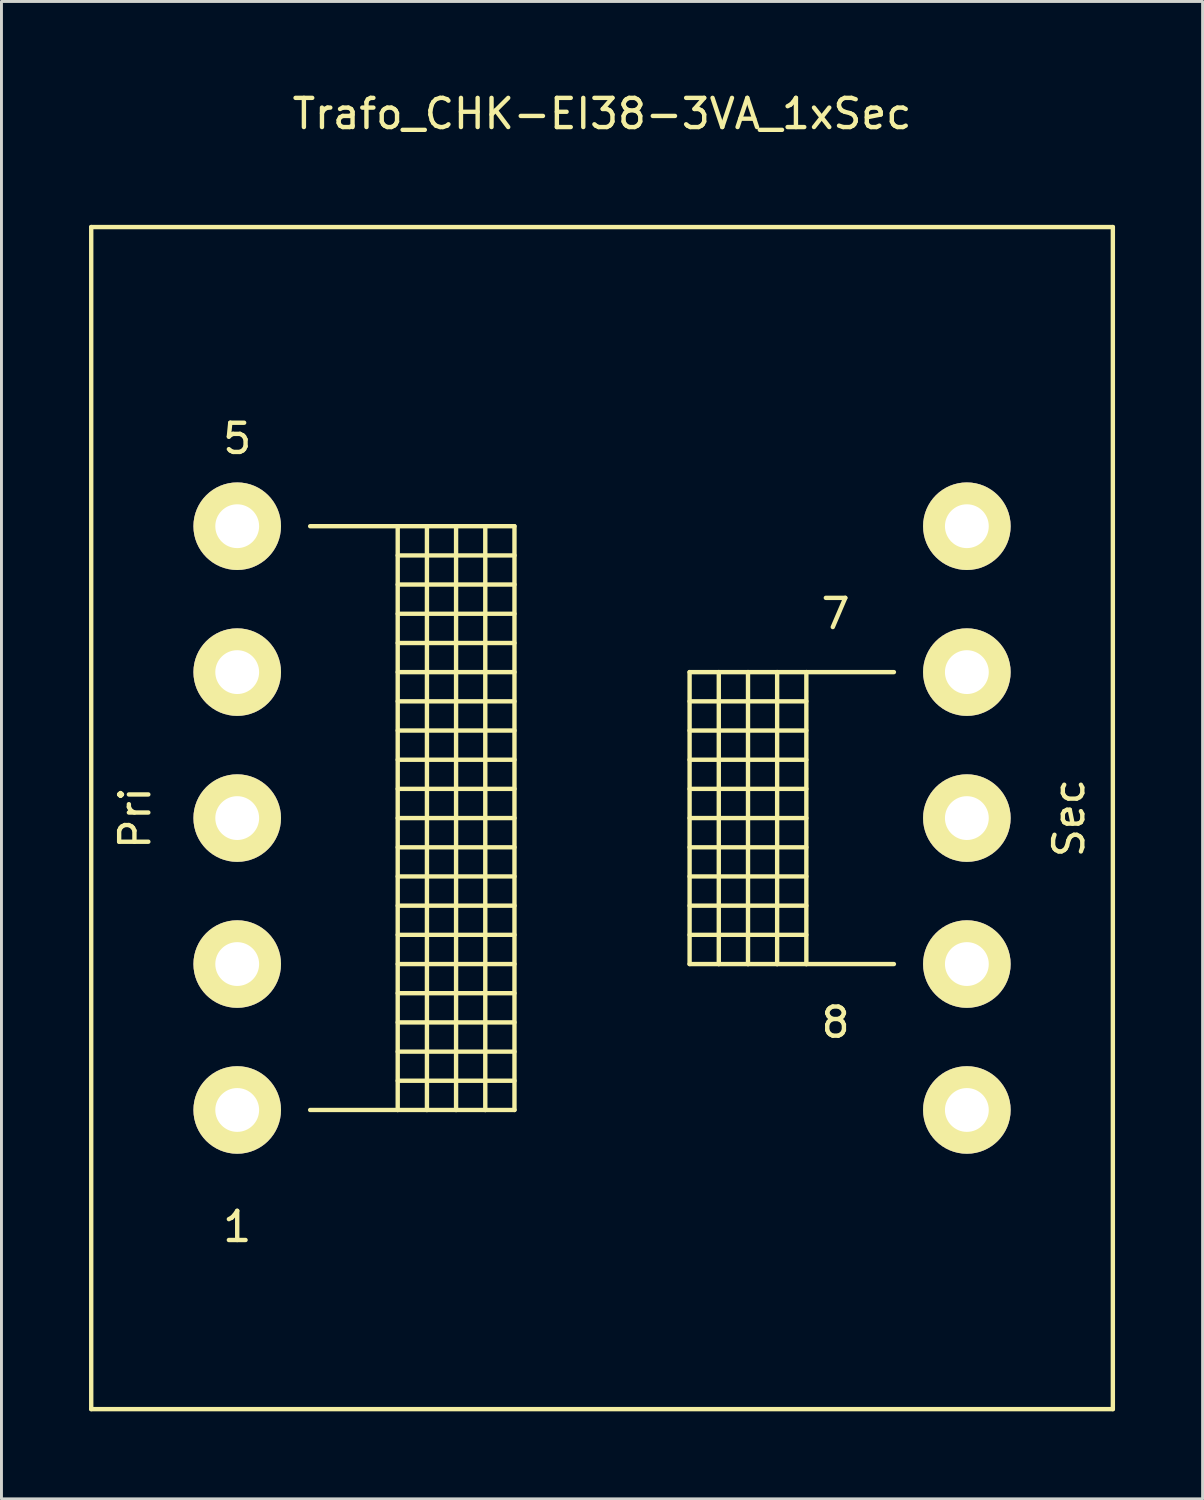
<source format=kicad_pcb>
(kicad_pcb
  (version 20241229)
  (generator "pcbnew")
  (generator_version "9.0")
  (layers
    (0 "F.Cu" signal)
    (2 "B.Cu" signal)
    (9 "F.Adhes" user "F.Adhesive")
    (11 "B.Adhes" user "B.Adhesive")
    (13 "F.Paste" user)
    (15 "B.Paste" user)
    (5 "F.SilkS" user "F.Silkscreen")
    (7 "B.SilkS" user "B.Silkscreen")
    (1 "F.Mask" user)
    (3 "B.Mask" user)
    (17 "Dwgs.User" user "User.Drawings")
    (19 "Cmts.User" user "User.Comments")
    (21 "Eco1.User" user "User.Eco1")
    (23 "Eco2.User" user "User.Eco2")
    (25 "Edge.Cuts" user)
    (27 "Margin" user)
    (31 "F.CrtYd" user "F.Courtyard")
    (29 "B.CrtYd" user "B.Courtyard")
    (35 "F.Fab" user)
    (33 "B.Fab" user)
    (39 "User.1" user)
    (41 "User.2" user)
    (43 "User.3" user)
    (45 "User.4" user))
  (footprint "Trafo_CHK-EI38-3VA_1xSec"
    (layer "F.Cu")
    (at 17.576 24.978)
    (property "Reference" "Trafo_CHK-EI38-3VA_1xSec" (at 0 -24.13 0) (layer "F.SilkS") (effects (font (size 1 1) (thickness 0.15))))
    (attr through_hole)
    (fp_line (start -17.501 -20.249) (end -17.501 20.249) (stroke (width 0.15) (type solid)) (layer "F.SilkS"))
    (fp_line (start -17.501 20.249) (end 17.501 20.249) (stroke (width 0.15) (type solid)) (layer "F.SilkS"))
    (fp_line (start -10 -10) (end -7 -10) (stroke (width 0.15) (type solid)) (layer "F.SilkS"))
    (fp_line (start -7 -10) (end -7 10) (stroke (width 0.15) (type solid)) (layer "F.SilkS"))
    (fp_line (start -7 -10) (end -5.999 -10) (stroke (width 0.15) (type solid)) (layer "F.SilkS"))
    (fp_line (start -7 -8.999) (end -3 -8.999) (stroke (width 0.15) (type solid)) (layer "F.SilkS"))
    (fp_line (start -7 -8.001) (end -3 -8.001) (stroke (width 0.15) (type solid)) (layer "F.SilkS"))
    (fp_line (start -7 -7) (end -3 -7) (stroke (width 0.15) (type solid)) (layer "F.SilkS"))
    (fp_line (start -7 -5.999) (end -3 -5.999) (stroke (width 0.15) (type solid)) (layer "F.SilkS"))
    (fp_line (start -7 -5.001) (end -3 -5.001) (stroke (width 0.15) (type solid)) (layer "F.SilkS"))
    (fp_line (start -7 -4) (end -3 -4) (stroke (width 0.15) (type solid)) (layer "F.SilkS"))
    (fp_line (start -7 -3) (end -3 -3) (stroke (width 0.15) (type solid)) (layer "F.SilkS"))
    (fp_line (start -7 -1.999) (end -3 -1.999) (stroke (width 0.15) (type solid)) (layer "F.SilkS"))
    (fp_line (start -7 -1.001) (end -3 -1.001) (stroke (width 0.15) (type solid)) (layer "F.SilkS"))
    (fp_line (start -7 0) (end -3 0) (stroke (width 0.15) (type solid)) (layer "F.SilkS"))
    (fp_line (start -7 1.001) (end -3 1.001) (stroke (width 0.15) (type solid)) (layer "F.SilkS"))
    (fp_line (start -7 1.999) (end -3 1.999) (stroke (width 0.15) (type solid)) (layer "F.SilkS"))
    (fp_line (start -7 3) (end -3 3) (stroke (width 0.15) (type solid)) (layer "F.SilkS"))
    (fp_line (start -7 4) (end -3 4) (stroke (width 0.15) (type solid)) (layer "F.SilkS"))
    (fp_line (start -7 5.001) (end -3 5.001) (stroke (width 0.15) (type solid)) (layer "F.SilkS"))
    (fp_line (start -7 5.999) (end -3 5.999) (stroke (width 0.15) (type solid)) (layer "F.SilkS"))
    (fp_line (start -7 7) (end -3 7) (stroke (width 0.15) (type solid)) (layer "F.SilkS"))
    (fp_line (start -7 8.001) (end -3 8.001) (stroke (width 0.15) (type solid)) (layer "F.SilkS"))
    (fp_line (start -7 8.999) (end -3 8.999) (stroke (width 0.15) (type solid)) (layer "F.SilkS"))
    (fp_line (start -7 10) (end -10 10) (stroke (width 0.15) (type solid)) (layer "F.SilkS"))
    (fp_line (start -5.999 -10) (end -5.999 10) (stroke (width 0.15) (type solid)) (layer "F.SilkS"))
    (fp_line (start -5.999 -10) (end -5.001 -10) (stroke (width 0.15) (type solid)) (layer "F.SilkS"))
    (fp_line (start -5.999 10) (end -7 10) (stroke (width 0.15) (type solid)) (layer "F.SilkS"))
    (fp_line (start -5.001 -10) (end -5.001 10) (stroke (width 0.15) (type solid)) (layer "F.SilkS"))
    (fp_line (start -5.001 -10) (end -4 -10) (stroke (width 0.15) (type solid)) (layer "F.SilkS"))
    (fp_line (start -5.001 10) (end -5.999 10) (stroke (width 0.15) (type solid)) (layer "F.SilkS"))
    (fp_line (start -4 -10) (end -4 10) (stroke (width 0.15) (type solid)) (layer "F.SilkS"))
    (fp_line (start -4 -10) (end -3 -10) (stroke (width 0.15) (type solid)) (layer "F.SilkS"))
    (fp_line (start -4 10) (end -5.001 10) (stroke (width 0.15) (type solid)) (layer "F.SilkS"))
    (fp_line (start -3 -10) (end -3 10) (stroke (width 0.15) (type solid)) (layer "F.SilkS"))
    (fp_line (start -3 10) (end -4 10) (stroke (width 0.15) (type solid)) (layer "F.SilkS"))
    (fp_line (start 3 -5.001) (end 3 5.001) (stroke (width 0.15) (type solid)) (layer "F.SilkS"))
    (fp_line (start 3 -4) (end 7 -4) (stroke (width 0.15) (type solid)) (layer "F.SilkS"))
    (fp_line (start 3 -1.999) (end 7 -1.999) (stroke (width 0.15) (type solid)) (layer "F.SilkS"))
    (fp_line (start 3 0) (end 7 0) (stroke (width 0.15) (type solid)) (layer "F.SilkS"))
    (fp_line (start 3 1.999) (end 7 1.999) (stroke (width 0.15) (type solid)) (layer "F.SilkS"))
    (fp_line (start 3 4) (end 7 4) (stroke (width 0.15) (type solid)) (layer "F.SilkS"))
    (fp_line (start 3 5.001) (end 4 5.001) (stroke (width 0.15) (type solid)) (layer "F.SilkS"))
    (fp_line (start 4 -5.001) (end 3 -5.001) (stroke (width 0.15) (type solid)) (layer "F.SilkS"))
    (fp_line (start 4 -5.001) (end 4 5.001) (stroke (width 0.15) (type solid)) (layer "F.SilkS"))
    (fp_line (start 4 5.001) (end 5.001 5.001) (stroke (width 0.15) (type solid)) (layer "F.SilkS"))
    (fp_line (start 5.001 -5.001) (end 4 -5.001) (stroke (width 0.15) (type solid)) (layer "F.SilkS"))
    (fp_line (start 5.001 -5.001) (end 5.001 5.001) (stroke (width 0.15) (type solid)) (layer "F.SilkS"))
    (fp_line (start 5.001 5.001) (end 5.999 5.001) (stroke (width 0.15) (type solid)) (layer "F.SilkS"))
    (fp_line (start 5.999 -5.001) (end 5.001 -5.001) (stroke (width 0.15) (type solid)) (layer "F.SilkS"))
    (fp_line (start 5.999 -5.001) (end 5.999 5.001) (stroke (width 0.15) (type solid)) (layer "F.SilkS"))
    (fp_line (start 5.999 5.001) (end 7 5.001) (stroke (width 0.15) (type solid)) (layer "F.SilkS"))
    (fp_line (start 7 -5.001) (end 5.999 -5.001) (stroke (width 0.15) (type solid)) (layer "F.SilkS"))
    (fp_line (start 7 -5.001) (end 7 5.001) (stroke (width 0.15) (type solid)) (layer "F.SilkS"))
    (fp_line (start 7 -3) (end 3 -3) (stroke (width 0.15) (type solid)) (layer "F.SilkS"))
    (fp_line (start 7 -1.001) (end 3 -1.001) (stroke (width 0.15) (type solid)) (layer "F.SilkS"))
    (fp_line (start 7 1.001) (end 3 1.001) (stroke (width 0.15) (type solid)) (layer "F.SilkS"))
    (fp_line (start 7 3) (end 3 3) (stroke (width 0.15) (type solid)) (layer "F.SilkS"))
    (fp_line (start 7 5.001) (end 10 5.001) (stroke (width 0.15) (type solid)) (layer "F.SilkS"))
    (fp_line (start 10 -5.001) (end 7 -5.001) (stroke (width 0.15) (type solid)) (layer "F.SilkS"))
    (fp_line (start 17.501 -20.249) (end -17.501 -20.249) (stroke (width 0.15) (type solid)) (layer "F.SilkS"))
    (fp_line (start 17.501 20.249) (end 17.501 -20.249) (stroke (width 0.15) (type solid)) (layer "F.SilkS"))
    (fp_text user "1" (at -12.499 14 0) (layer "F.SilkS") (effects (font (size 1 1) (thickness 0.15))))
    (fp_text user "Sec" (at 15.999 0 90) (layer "F.SilkS") (effects (font (size 1 1) (thickness 0.15))))
    (fp_text user "7" (at 8.001 -7 0) (layer "F.SilkS") (effects (font (size 1 1) (thickness 0.15))))
    (fp_text user "5" (at -12.499 -13 0) (layer "F.SilkS") (effects (font (size 1 1) (thickness 0.15))))
    (fp_text user "Pri" (at -15.999 0 90) (layer "F.SilkS") (effects (font (size 1 1) (thickness 0.15))))
    (fp_text user "8" (at 8.001 7 0) (layer "F.SilkS") (effects (font (size 1 1) (thickness 0.15))))
    (pad "1" thru_hole circle (at -12.499 10) (size 3 3) (drill 1.501) (layers "*.Cu" "*.Mask" "F.SilkS"))
    (pad "2" thru_hole circle (at -12.499 5.001) (size 3 3) (drill 1.501) (layers "*.Cu" "*.Mask" "F.SilkS"))
    (pad "3" thru_hole circle (at -12.499 0) (size 3 3) (drill 1.501) (layers "*.Cu" "*.Mask" "F.SilkS"))
    (pad "4" thru_hole circle (at -12.499 -5.001) (size 3 3) (drill 1.501) (layers "*.Cu" "*.Mask" "F.SilkS"))
    (pad "5" thru_hole circle (at -12.499 -10) (size 3 3) (drill 1.501) (layers "*.Cu" "*.Mask" "F.SilkS"))
    (pad "6" thru_hole circle (at 12.499 -10) (size 3 3) (drill 1.501) (layers "*.Cu" "*.Mask" "F.SilkS"))
    (pad "7" thru_hole circle (at 12.499 -5.001) (size 3 3) (drill 1.501) (layers "*.Cu" "*.Mask" "F.SilkS"))
    (pad "8" thru_hole circle (at 12.499 0) (size 3 3) (drill 1.501) (layers "*.Cu" "*.Mask" "F.SilkS"))
    (pad "9" thru_hole circle (at 12.499 5.001) (size 3 3) (drill 1.501) (layers "*.Cu" "*.Mask" "F.SilkS"))
    (pad "10" thru_hole circle (at 12.499 10) (size 3 3) (drill 1.501) (layers "*.Cu" "*.Mask" "F.SilkS")))
  (gr_rect
    (start -3 -3)
    (end 38.151 48.302)
    (stroke (width 0.1) (type default))
    (fill no)
    (layer "Edge.Cuts")))
</source>
